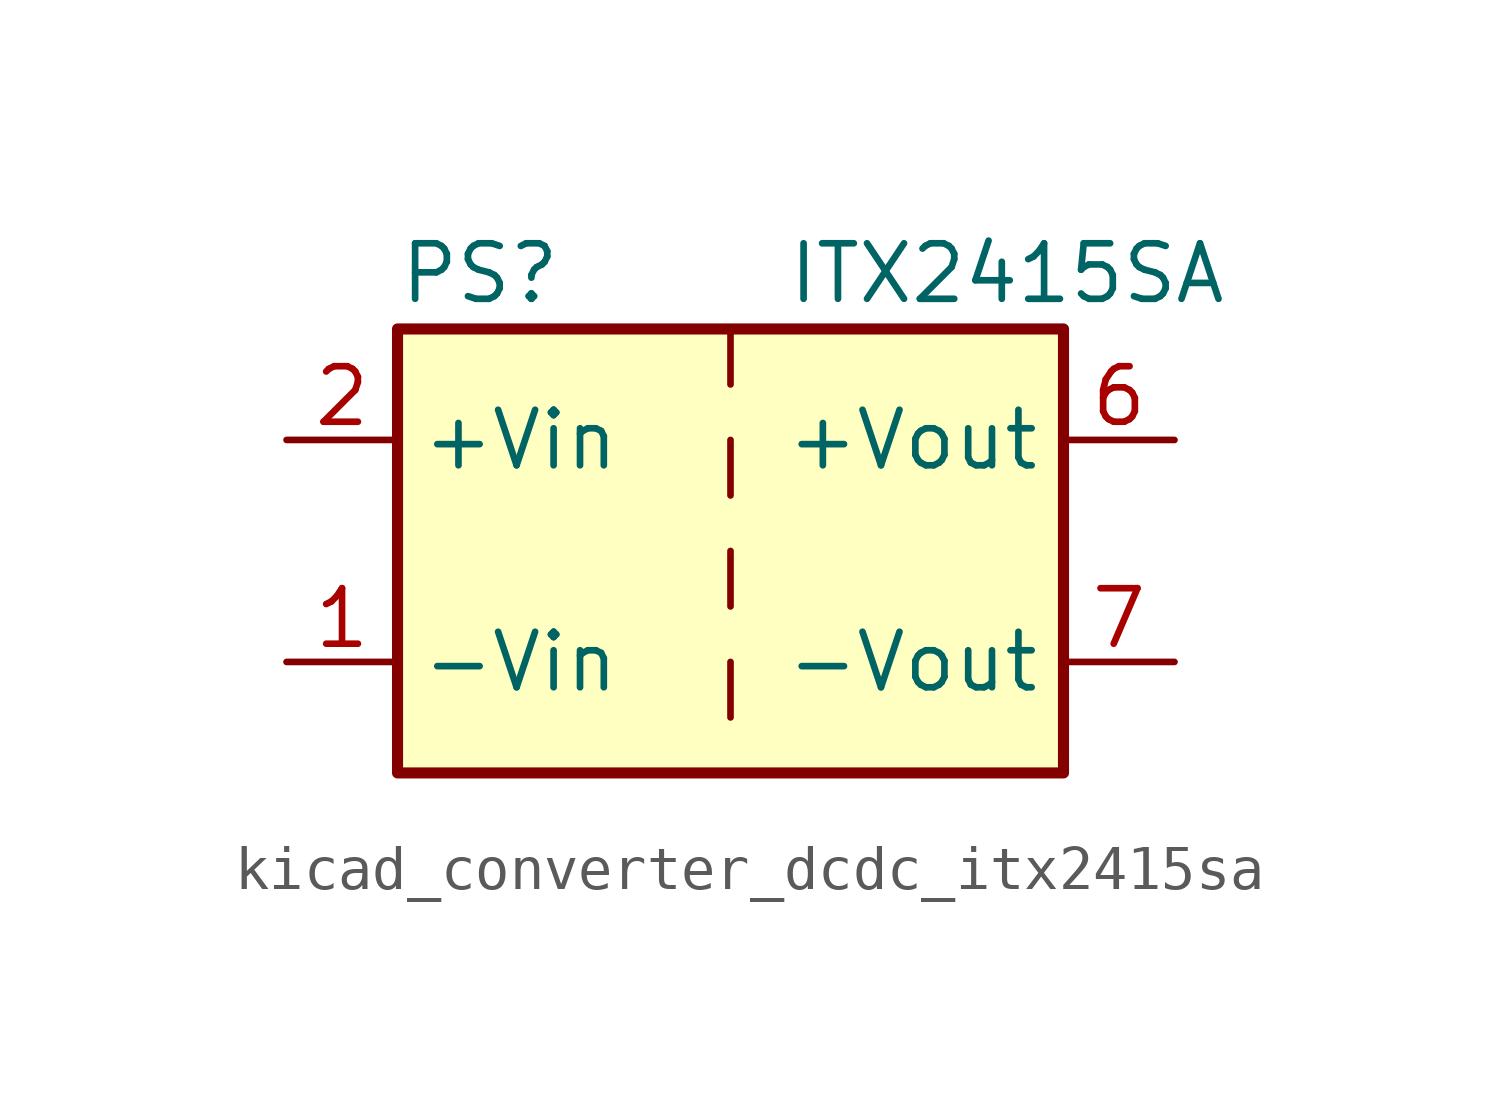
<source format=kicad_sym>
(kicad_symbol_lib
  (version 20220914)
  (generator kicad_symbol_editor)
  (symbol "kicad_converter_dcdc_itx2415sa"
    (property "Reference" "PS"
      (at -7.62 6.35 0)
      (effects (font (size 1.27 1.27)) (justify left)))
    (property "Value" "ITX2415SA"
      (at 1.27 6.35 0)
      (effects (font (size 1.27 1.27)) (justify left)))
    (symbol "kicad_converter_dcdc_itx2415sa_0_0"
      (pin power_in line (at -10.16 -2.54 0) (length 2.54) (name "-Vin" (effects (font (size 1.27 1.27)))) (number "1" (effects (font (size 1.27 1.27)))))
      (pin power_in line (at -10.16 2.54 0) (length 2.54) (name "+Vin" (effects (font (size 1.27 1.27)))) (number "2" (effects (font (size 1.27 1.27)))))
      (pin power_out line (at 10.16 2.54 180) (length 2.54) (name "+Vout" (effects (font (size 1.27 1.27)))) (number "6" (effects (font (size 1.27 1.27)))))
      (pin power_out line (at 10.16 -2.54 180) (length 2.54) (name "-Vout" (effects (font (size 1.27 1.27)))) (number "7" (effects (font (size 1.27 1.27)))))
      (pin no_connect line (at 7.62 0 180) (length 2.54) hide (name "NC" (effects (font (size 1.27 1.27)))) (number "8" (effects (font (size 1.27 1.27))))))
    (symbol "kicad_converter_dcdc_itx2415sa_0_1"
      (rectangle (start -7.62 5.08) (end 7.62 -5.08) (stroke (width 0.254) (type default)) (fill (type background)))
      (polyline (pts (xy 0 -2.54) (xy 0 -3.81)) (stroke (width 0) (type default)) (fill (type none)))
      (polyline (pts (xy 0 0) (xy 0 -1.27)) (stroke (width 0) (type default)) (fill (type none)))
      (polyline (pts (xy 0 2.54) (xy 0 1.27)) (stroke (width 0) (type default)) (fill (type none)))
      (polyline (pts (xy 0 5.08) (xy 0 3.81)) (stroke (width 0) (type default)) (fill (type none))))))
</source>
